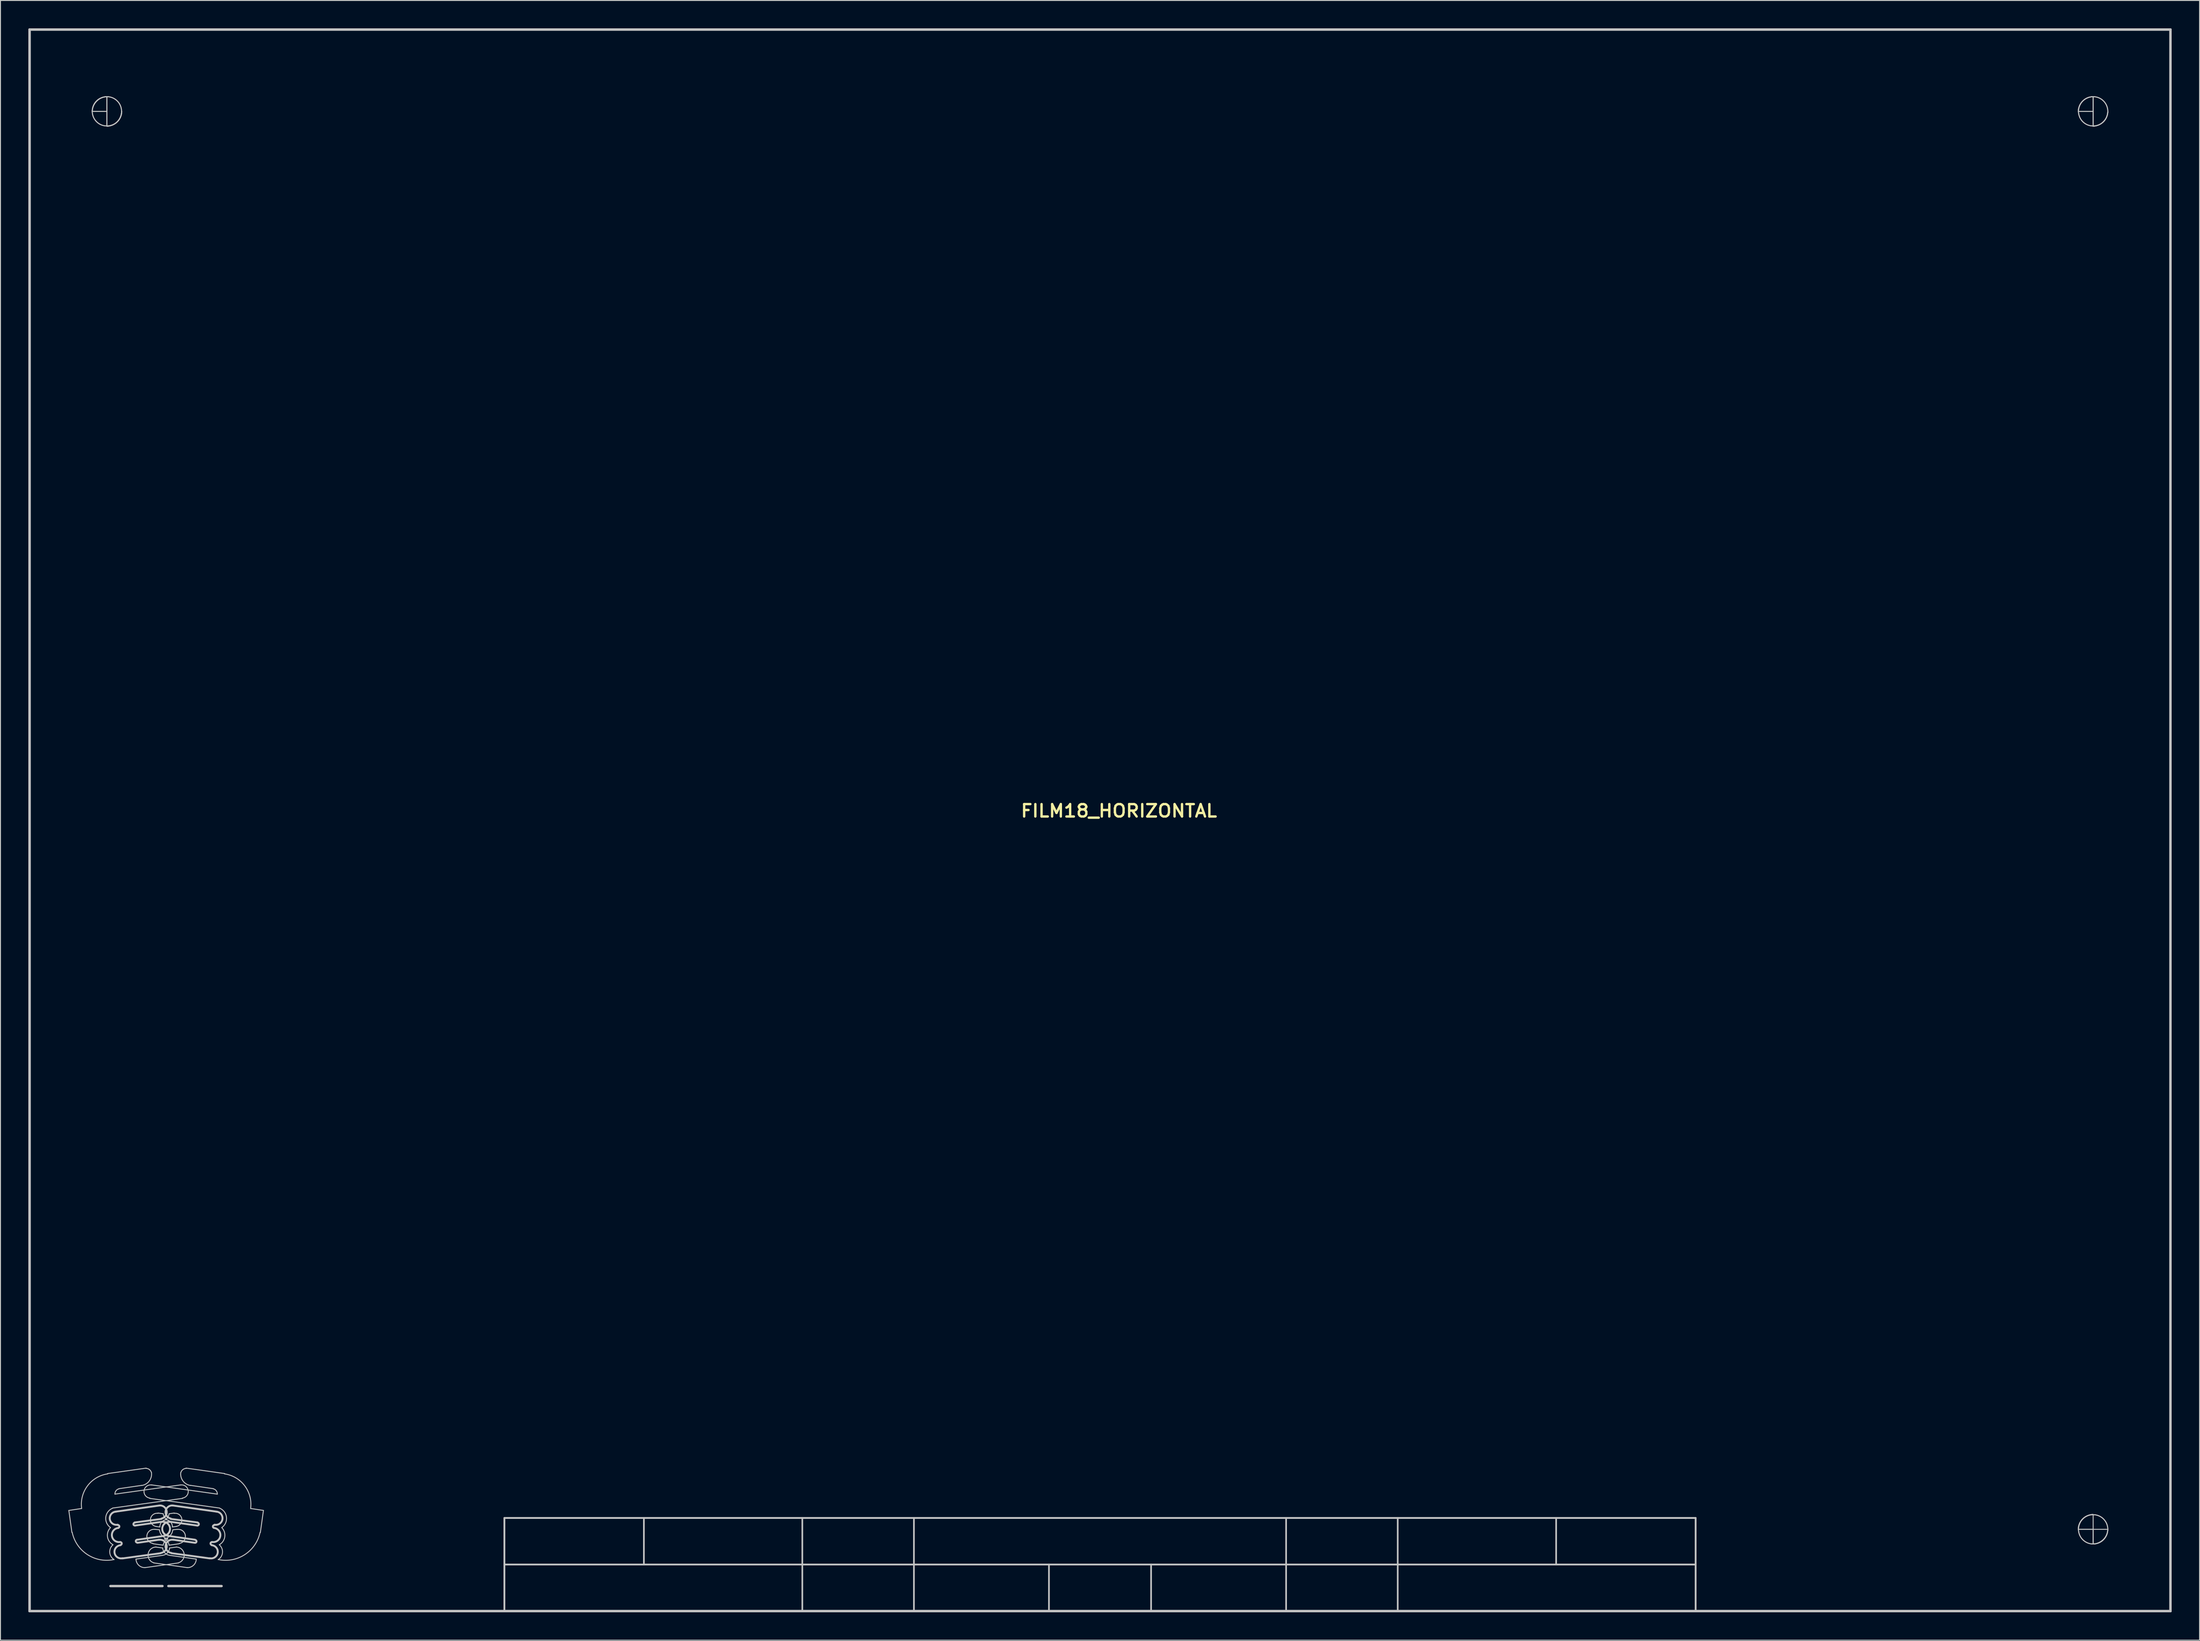
<source format=kicad_pcb>
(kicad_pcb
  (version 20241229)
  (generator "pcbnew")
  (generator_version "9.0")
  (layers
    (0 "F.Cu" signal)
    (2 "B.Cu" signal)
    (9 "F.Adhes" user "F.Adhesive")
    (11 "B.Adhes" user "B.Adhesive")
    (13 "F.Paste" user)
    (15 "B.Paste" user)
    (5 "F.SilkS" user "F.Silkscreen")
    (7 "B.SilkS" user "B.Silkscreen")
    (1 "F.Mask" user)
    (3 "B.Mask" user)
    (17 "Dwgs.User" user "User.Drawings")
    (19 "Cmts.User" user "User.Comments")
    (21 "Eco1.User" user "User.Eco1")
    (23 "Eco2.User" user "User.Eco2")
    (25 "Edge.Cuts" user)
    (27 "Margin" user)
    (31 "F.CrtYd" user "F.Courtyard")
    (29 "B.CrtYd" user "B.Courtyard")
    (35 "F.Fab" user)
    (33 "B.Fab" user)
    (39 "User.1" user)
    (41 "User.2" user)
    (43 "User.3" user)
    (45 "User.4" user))
  (footprint "FILM18_HORIZONTAL"
    (layer "F.Cu")
    (at 115.113 85.115)
    (property "Reference" "FILM18_HORIZONTAL" (at 2.032 -1.016 0) (unlocked yes) (layer "F.SilkS") (effects (font (size 1.333 1.402) (thickness 0.254))))
    (attr smd)
    (fp_line (start -114.986 -84.988) (end 114.986 -84.988) (stroke (width 0.254) (type solid)) (layer "Dwgs.User"))
    (fp_line (start -114.986 -84.988) (end 114.986 -84.988) (stroke (width 0.254) (type solid)) (layer "Dwgs.User"))
    (fp_line (start -114.986 84.988) (end -114.986 -84.988) (stroke (width 0.254) (type solid)) (layer "Dwgs.User"))
    (fp_line (start -114.986 84.988) (end -114.986 -84.988) (stroke (width 0.254) (type solid)) (layer "Dwgs.User"))
    (fp_line (start -114.986 84.988) (end 114.986 84.988) (stroke (width 0.254) (type solid)) (layer "Dwgs.User"))
    (fp_line (start -114.986 84.988) (end 114.986 84.988) (stroke (width 0.254) (type solid)) (layer "Dwgs.User"))
    (fp_line (start -110.769 74.168) (end -110.439 76.53) (stroke (width 0.1) (type solid)) (layer "Dwgs.User"))
    (fp_line (start -110.769 74.168) (end -109.423 73.965) (stroke (width 0.1) (type solid)) (layer "Dwgs.User"))
    (fp_line (start -108.255 -76.2) (end -106.68 -76.2) (stroke (width 0.1) (type solid)) (layer "Dwgs.User"))
    (fp_line (start -108.255 -76.2) (end -106.68 -76.2) (stroke (width 0.1) (type solid)) (layer "Dwgs.User"))
    (fp_line (start -106.68 -76.2) (end -106.68 -77.775) (stroke (width 0.1) (type solid)) (layer "Dwgs.User"))
    (fp_line (start -106.68 -76.2) (end -106.68 -77.775) (stroke (width 0.1) (type solid)) (layer "Dwgs.User"))
    (fp_line (start -106.68 -74.6) (end -106.68 -76.2) (stroke (width 0.1) (type solid)) (layer "Dwgs.User"))
    (fp_line (start -106.68 -74.6) (end -106.68 -76.2) (stroke (width 0.1) (type solid)) (layer "Dwgs.User"))
    (fp_line (start -106.604 70.206) (end -102.464 69.621) (stroke (width 0.1) (type solid)) (layer "Dwgs.User"))
    (fp_line (start -106.299 82.296) (end -100.711 82.296) (stroke (width 0.254) (type solid)) (layer "Dwgs.User"))
    (fp_line (start -106.07 73.914) (end -98.552 72.873) (stroke (width 0.1) (type solid)) (layer "Dwgs.User"))
    (fp_line (start -105.816 72.415) (end -98.755 71.425) (stroke (width 0.1) (type solid)) (layer "Dwgs.User"))
    (fp_line (start -105.715 74.295) (end -101.016 73.635) (stroke (width 0.203) (type solid)) (layer "Dwgs.User"))
    (fp_line (start -105.385 71.831) (end -102.946 71.476) (stroke (width 0.1) (type solid)) (layer "Dwgs.User"))
    (fp_line (start -105.004 79.324) (end -100.889 78.765) (stroke (width 0.203) (type solid)) (layer "Dwgs.User"))
    (fp_line (start -103.708 75.463) (end -100.813 75.082) (stroke (width 0.203) (type solid)) (layer "Dwgs.User"))
    (fp_line (start -103.657 75.794) (end -100.762 75.387) (stroke (width 0.203) (type solid)) (layer "Dwgs.User"))
    (fp_line (start -103.556 79.4) (end -100.686 78.994) (stroke (width 0.1) (type solid)) (layer "Dwgs.User"))
    (fp_line (start -103.429 77.318) (end -100.559 76.911) (stroke (width 0.203) (type solid)) (layer "Dwgs.User"))
    (fp_line (start -103.403 77.648) (end -101.092 77.318) (stroke (width 0.203) (type solid)) (layer "Dwgs.User"))
    (fp_line (start -102.591 80.315) (end -98.984 79.807) (stroke (width 0.1) (type solid)) (layer "Dwgs.User"))
    (fp_line (start -102.083 72.873) (end -94.564 73.914) (stroke (width 0.1) (type solid)) (layer "Dwgs.User"))
    (fp_line (start -101.879 71.425) (end -94.818 72.415) (stroke (width 0.1) (type solid)) (layer "Dwgs.User"))
    (fp_line (start -101.727 77.749) (end -100.635 77.902) (stroke (width 0.1) (type solid)) (layer "Dwgs.User"))
    (fp_line (start -101.651 79.807) (end -98.044 80.315) (stroke (width 0.1) (type solid)) (layer "Dwgs.User"))
    (fp_line (start -101.524 76.2) (end -101.041 76.251) (stroke (width 0.1) (type solid)) (layer "Dwgs.User"))
    (fp_line (start -101.422 78.105) (end -100.686 78.207) (stroke (width 0.1) (type solid)) (layer "Dwgs.User"))
    (fp_line (start -101.397 75.895) (end -100.99 75.946) (stroke (width 0.1) (type solid)) (layer "Dwgs.User"))
    (fp_line (start -101.194 74.447) (end -100.635 74.524) (stroke (width 0.1) (type solid)) (layer "Dwgs.User"))
    (fp_line (start -100.076 76.911) (end -97.206 77.318) (stroke (width 0.203) (type solid)) (layer "Dwgs.User"))
    (fp_line (start -100.076 82.296) (end -94.361 82.296) (stroke (width 0.254) (type solid)) (layer "Dwgs.User"))
    (fp_line (start -100 74.524) (end -99.441 74.447) (stroke (width 0.1) (type solid)) (layer "Dwgs.User"))
    (fp_line (start -100 77.902) (end -98.908 77.749) (stroke (width 0.1) (type solid)) (layer "Dwgs.User"))
    (fp_line (start -99.949 78.207) (end -99.212 78.105) (stroke (width 0.1) (type solid)) (layer "Dwgs.User"))
    (fp_line (start -99.949 78.994) (end -97.079 79.4) (stroke (width 0.1) (type solid)) (layer "Dwgs.User"))
    (fp_line (start -99.873 75.387) (end -96.977 75.794) (stroke (width 0.203) (type solid)) (layer "Dwgs.User"))
    (fp_line (start -99.822 75.082) (end -96.926 75.463) (stroke (width 0.203) (type solid)) (layer "Dwgs.User"))
    (fp_line (start -99.746 78.765) (end -95.631 79.324) (stroke (width 0.203) (type solid)) (layer "Dwgs.User"))
    (fp_line (start -99.644 75.946) (end -99.238 75.895) (stroke (width 0.1) (type solid)) (layer "Dwgs.User"))
    (fp_line (start -99.619 73.635) (end -94.92 74.295) (stroke (width 0.203) (type solid)) (layer "Dwgs.User"))
    (fp_line (start -99.593 76.251) (end -99.136 76.2) (stroke (width 0.1) (type solid)) (layer "Dwgs.User"))
    (fp_line (start -99.543 77.318) (end -97.231 77.648) (stroke (width 0.203) (type solid)) (layer "Dwgs.User"))
    (fp_line (start -98.171 69.621) (end -94.031 70.206) (stroke (width 0.1) (type solid)) (layer "Dwgs.User"))
    (fp_line (start -97.688 71.476) (end -95.25 71.831) (stroke (width 0.1) (type solid)) (layer "Dwgs.User"))
    (fp_line (start -91.211 73.965) (end -89.865 74.168) (stroke (width 0.1) (type solid)) (layer "Dwgs.User"))
    (fp_line (start -90.195 76.53) (end -89.865 74.168) (stroke (width 0.1) (type solid)) (layer "Dwgs.User"))
    (fp_line (start -63.983 74.981) (end 63.983 74.981) (stroke (width 0.178) (type solid)) (layer "Dwgs.User"))
    (fp_line (start -63.983 74.981) (end 63.983 74.981) (stroke (width 0.178) (type solid)) (layer "Dwgs.User"))
    (fp_line (start -63.983 79.985) (end 63.983 79.985) (stroke (width 0.178) (type solid)) (layer "Dwgs.User"))
    (fp_line (start -63.983 79.985) (end 63.983 79.985) (stroke (width 0.178) (type solid)) (layer "Dwgs.User"))
    (fp_line (start -63.983 84.988) (end -63.983 74.981) (stroke (width 0.178) (type solid)) (layer "Dwgs.User"))
    (fp_line (start -63.983 84.988) (end -63.983 74.981) (stroke (width 0.178) (type solid)) (layer "Dwgs.User"))
    (fp_line (start -63.983 84.988) (end 63.983 84.988) (stroke (width 0.178) (type solid)) (layer "Dwgs.User"))
    (fp_line (start -63.983 84.988) (end 63.983 84.988) (stroke (width 0.178) (type solid)) (layer "Dwgs.User"))
    (fp_line (start -48.997 79.985) (end -48.997 74.981) (stroke (width 0.178) (type solid)) (layer "Dwgs.User"))
    (fp_line (start -31.979 84.988) (end -31.979 74.981) (stroke (width 0.178) (type solid)) (layer "Dwgs.User"))
    (fp_line (start -19.99 84.988) (end -19.99 74.981) (stroke (width 0.178) (type solid)) (layer "Dwgs.User"))
    (fp_line (start -19.99 84.988) (end -19.482 84.988) (stroke (width 0.178) (type solid)) (layer "Dwgs.User"))
    (fp_line (start -5.486 84.988) (end -5.486 79.985) (stroke (width 0.178) (type solid)) (layer "Dwgs.User"))
    (fp_line (start 5.486 84.988) (end 5.486 79.985) (stroke (width 0.178) (type solid)) (layer "Dwgs.User"))
    (fp_line (start 19.482 84.988) (end 19.99 84.988) (stroke (width 0.178) (type solid)) (layer "Dwgs.User"))
    (fp_line (start 19.99 84.988) (end 19.99 74.981) (stroke (width 0.178) (type solid)) (layer "Dwgs.User"))
    (fp_line (start 31.979 84.988) (end 31.979 74.981) (stroke (width 0.178) (type solid)) (layer "Dwgs.User"))
    (fp_line (start 48.997 79.985) (end 48.997 74.981) (stroke (width 0.178) (type solid)) (layer "Dwgs.User"))
    (fp_line (start 63.983 84.988) (end 63.983 74.981) (stroke (width 0.178) (type solid)) (layer "Dwgs.User"))
    (fp_line (start 63.983 84.988) (end 63.983 74.981) (stroke (width 0.178) (type solid)) (layer "Dwgs.User"))
    (fp_line (start 105.08 -76.2) (end 106.68 -76.2) (stroke (width 0.1) (type solid)) (layer "Dwgs.User"))
    (fp_line (start 105.08 -76.2) (end 106.68 -76.2) (stroke (width 0.1) (type solid)) (layer "Dwgs.User"))
    (fp_line (start 105.08 76.2) (end 106.68 76.2) (stroke (width 0.1) (type solid)) (layer "Dwgs.User"))
    (fp_line (start 105.08 76.2) (end 106.68 76.2) (stroke (width 0.1) (type solid)) (layer "Dwgs.User"))
    (fp_line (start 106.68 -76.2) (end 106.68 -77.775) (stroke (width 0.1) (type solid)) (layer "Dwgs.User"))
    (fp_line (start 106.68 -76.2) (end 106.68 -77.775) (stroke (width 0.1) (type solid)) (layer "Dwgs.User"))
    (fp_line (start 106.68 -74.6) (end 106.68 -76.2) (stroke (width 0.1) (type solid)) (layer "Dwgs.User"))
    (fp_line (start 106.68 -74.6) (end 106.68 -76.2) (stroke (width 0.1) (type solid)) (layer "Dwgs.User"))
    (fp_line (start 106.68 76.2) (end 106.68 74.6) (stroke (width 0.1) (type solid)) (layer "Dwgs.User"))
    (fp_line (start 106.68 76.2) (end 108.255 76.2) (stroke (width 0.1) (type solid)) (layer "Dwgs.User"))
    (fp_line (start 106.68 77.775) (end 106.68 76.2) (stroke (width 0.1) (type solid)) (layer "Dwgs.User"))
    (fp_line (start 106.68 77.775) (end 106.68 76.2) (stroke (width 0.1) (type solid)) (layer "Dwgs.User"))
    (fp_line (start 114.986 84.988) (end 114.986 -84.988) (stroke (width 0.254) (type solid)) (layer "Dwgs.User"))
    (fp_line (start 114.986 84.988) (end 114.986 -84.988) (stroke (width 0.254) (type solid)) (layer "Dwgs.User"))
    (fp_arc (start -109.391065 73.96715) (mid -108.758295 71.520407) (end -106.58075 70.237735) (stroke (width 0.1) (type solid)) (layer "Dwgs.User"))
    (fp_arc (start -108.253998 -76.200262) (mid -107.777669 -77.299676) (end -106.677425 -77.774085) (stroke (width 0.1) (type solid)) (layer "Dwgs.User"))
    (fp_arc (start -108.253998 -76.200262) (mid -107.777669 -77.299676) (end -106.677425 -77.774085) (stroke (width 0.1) (type solid)) (layer "Dwgs.User"))
    (fp_arc (start -106.303046 76.005905) (mid -106.799676 74.899564) (end -106.071972 73.929472) (stroke (width 0.1) (type solid)) (layer "Dwgs.User"))
    (fp_arc (start -106.032594 77.853926) (mid -106.617829 76.99761) (end -106.291298 76.013154) (stroke (width 0.1) (type solid)) (layer "Dwgs.User"))
    (fp_arc (start -105.925 79.446065) (mid -108.772178 78.91323) (end -110.408665 76.5232) (stroke (width 0.1) (type solid)) (layer "Dwgs.User"))
    (fp_arc (start -105.906602 79.454904) (mid -106.372412 78.687274) (end -106.026628 77.85862) (stroke (width 0.1) (type solid)) (layer "Dwgs.User"))
    (fp_arc (start -105.815582 72.420219) (mid -105.703584 72.053316) (end -105.381401 71.845087) (stroke (width 0.1) (type solid)) (layer "Dwgs.User"))
    (fp_arc (start -105.516133 75.701859) (mid -106.368279 75.10518) (end -105.713611 74.296732) (stroke (width 0.2032) (type solid)) (layer "Dwgs.User"))
    (fp_arc (start -105.50741 75.744283) (mid -105.335283 75.87399) (end -105.46499 76.046117) (stroke (width 0.2032) (type solid)) (layer "Dwgs.User"))
    (fp_arc (start -105.25341 77.573083) (mid -105.081283 77.70279) (end -105.21099 77.874917) (stroke (width 0.2032) (type solid)) (layer "Dwgs.User"))
    (fp_arc (start -105.25097 77.559791) (mid -106.139276 76.914992) (end -105.461605 76.051501) (stroke (width 0.2032) (type solid)) (layer "Dwgs.User"))
    (fp_arc (start -105.080602 -76.174338) (mid -105.556931 -75.074924) (end -106.657175 -74.600515) (stroke (width 0.1) (type solid)) (layer "Dwgs.User"))
    (fp_arc (start -105.080602 -76.174338) (mid -105.556931 -75.074924) (end -106.657175 -74.600515) (stroke (width 0.1) (type solid)) (layer "Dwgs.User"))
    (fp_arc (start -105.011778 79.309423) (mid -105.860278 78.71198) (end -105.209325 77.903802) (stroke (width 0.2032) (type solid)) (layer "Dwgs.User"))
    (fp_arc (start -103.663172 75.79233) (mid -103.833716 75.66241) (end -103.705589 75.490514) (stroke (width 0.2032) (type solid)) (layer "Dwgs.User"))
    (fp_arc (start -103.409172 77.62113) (mid -103.579716 77.49121) (end -103.451589 77.319314) (stroke (width 0.2032) (type solid)) (layer "Dwgs.User"))
    (fp_arc (start -102.591399 80.314478) (mid -103.261725 80.057835) (end -103.555386 79.40288) (stroke (width 0.1) (type solid)) (layer "Dwgs.User"))
    (fp_arc (start -102.47517 69.646957) (mid -102.122134 69.769552) (end -101.906978 70.07512) (stroke (width 0.1) (type solid)) (layer "Dwgs.User"))
    (fp_arc (start -102.066441 72.842049) (mid -102.685279 72.03702) (end -101.868518 71.433751) (stroke (width 0.1) (type solid)) (layer "Dwgs.User"))
    (fp_arc (start -101.890623 70.089641) (mid -102.130673 71.006286) (end -102.946484 71.488275) (stroke (width 0.1) (type solid)) (layer "Dwgs.User"))
    (fp_arc (start -101.724861 77.717481) (mid -102.379984 76.85595) (end -101.512769 76.20837) (stroke (width 0.1) (type solid)) (layer "Dwgs.User"))
    (fp_arc (start -101.639184 79.797488) (mid -102.251996 78.84841) (end -101.401322 78.105012) (stroke (width 0.1) (type solid)) (layer "Dwgs.User"))
    (fp_arc (start -101.391721 75.88862) (mid -101.999392 75.084406) (end -101.192534 74.480249) (stroke (width 0.1) (type solid)) (layer "Dwgs.User"))
    (fp_arc (start -101.077482 77.326551) (mid -100.260721 77.92982) (end -100.879559 78.734849) (stroke (width 0.2032) (type solid)) (layer "Dwgs.User"))
    (fp_arc (start -101.0208 73.636792) (mid -100.260808 74.246205) (end -100.821993 75.042474) (stroke (width 0.2032) (type solid)) (layer "Dwgs.User"))
    (fp_arc (start -100.989786 75.95118) (mid -100.785237 75.400431) (end -100.249676 75.158897) (stroke (width 0.1) (type solid)) (layer "Dwgs.User"))
    (fp_arc (start -100.778089 75.396375) (mid -99.905709 76.042492) (end -100.564696 76.905191) (stroke (width 0.2032) (type solid)) (layer "Dwgs.User"))
    (fp_arc (start -100.631433 77.905267) (mid -100.477483 77.505779) (end -100.137261 77.245894) (stroke (width 0.1) (type solid)) (layer "Dwgs.User"))
    (fp_arc (start -100.497339 77.245893) (mid -100.157116 77.505778) (end -100.003166 77.905267) (stroke (width 0.1) (type solid)) (layer "Dwgs.User"))
    (fp_arc (start -100.384924 75.158897) (mid -99.849362 75.400431) (end -99.644814 75.95118) (stroke (width 0.1) (type solid)) (layer "Dwgs.User"))
    (fp_arc (start -100.251514 75.137444) (mid -100.509785 74.880522) (end -100.629891 74.536592) (stroke (width 0.1) (type solid)) (layer "Dwgs.User"))
    (fp_arc (start -100.134933 77.221237) (mid -100.738295 76.88885) (end -101.032141 76.265807) (stroke (width 0.1) (type solid)) (layer "Dwgs.User"))
    (fp_arc (start -100.068584 76.905357) (mid -100.729077 76.043809) (end -99.857825 75.39617) (stroke (width 0.2032) (type solid)) (layer "Dwgs.User"))
    (fp_arc (start -100.004708 74.536592) (mid -100.124814 74.880522) (end -100.383085 75.137444) (stroke (width 0.1) (type solid)) (layer "Dwgs.User"))
    (fp_arc (start -99.958257 78.986637) (mid -100.461417 78.726381) (end -100.684125 78.205511) (stroke (width 0.1) (type solid)) (layer "Dwgs.User"))
    (fp_arc (start -99.950475 78.205511) (mid -100.173182 78.726381) (end -100.676343 78.986637) (stroke (width 0.1) (type solid)) (layer "Dwgs.User"))
    (fp_arc (start -99.812607 75.042474) (mid -100.373879 74.24682) (end -99.615037 73.636696) (stroke (width 0.2032) (type solid)) (layer "Dwgs.User"))
    (fp_arc (start -99.755041 78.734849) (mid -100.373879 77.92982) (end -99.557118 77.326551) (stroke (width 0.2032) (type solid)) (layer "Dwgs.User"))
    (fp_arc (start -99.602459 76.265807) (mid -99.896305 76.88885) (end -100.499667 77.221237) (stroke (width 0.1) (type solid)) (layer "Dwgs.User"))
    (fp_arc (start -99.440838 74.480071) (mid -98.635035 75.085635) (end -99.244109 75.888787) (stroke (width 0.1) (type solid)) (layer "Dwgs.User"))
    (fp_arc (start -99.233278 78.105012) (mid -98.382605 78.84841) (end -98.995416 79.797488) (stroke (width 0.1) (type solid)) (layer "Dwgs.User"))
    (fp_arc (start -99.121831 76.20837) (mid -98.254616 76.85595) (end -98.909739 77.717481) (stroke (width 0.1) (type solid)) (layer "Dwgs.User"))
    (fp_arc (start -98.764856 71.433556) (mid -97.949235 72.037635) (end -98.568159 72.842049) (stroke (width 0.1) (type solid)) (layer "Dwgs.User"))
    (fp_arc (start -98.727622 70.07512) (mid -98.512466 69.769552) (end -98.15943 69.646957) (stroke (width 0.1) (type solid)) (layer "Dwgs.User"))
    (fp_arc (start -97.690266 71.487964) (mid -98.505235 71.004551) (end -98.743685 70.087488) (stroke (width 0.1) (type solid)) (layer "Dwgs.User"))
    (fp_arc (start -97.186172 77.34427) (mid -97.054884 77.51661) (end -97.228589 77.646086) (stroke (width 0.2032) (type solid)) (layer "Dwgs.User"))
    (fp_arc (start -97.079263 79.40452) (mid -97.374068 80.058962) (end -98.044841 80.314434) (stroke (width 0.1) (type solid)) (layer "Dwgs.User"))
    (fp_arc (start -96.932172 75.49007) (mid -96.800884 75.66241) (end -96.974589 75.791886) (stroke (width 0.2032) (type solid)) (layer "Dwgs.User"))
    (fp_arc (start -95.425275 77.903802) (mid -94.774321 78.71198) (end -95.622822 79.309423) (stroke (width 0.2032) (type solid)) (layer "Dwgs.User"))
    (fp_arc (start -95.42361 77.874917) (mid -95.553317 77.70279) (end -95.38119 77.573083) (stroke (width 0.2032) (type solid)) (layer "Dwgs.User"))
    (fp_arc (start -95.252248 71.845303) (mid -94.930429 72.054095) (end -94.819071 72.421193) (stroke (width 0.1) (type solid)) (layer "Dwgs.User"))
    (fp_arc (start -95.171672 76.051636) (mid -94.495508 76.916309) (end -95.384939 77.559557) (stroke (width 0.2032) (type solid)) (layer "Dwgs.User"))
    (fp_arc (start -95.16961 76.046117) (mid -95.299317 75.87399) (end -95.12719 75.744283) (stroke (width 0.2032) (type solid)) (layer "Dwgs.User"))
    (fp_arc (start -94.920989 74.296732) (mid -94.266321 75.10518) (end -95.118467 75.701859) (stroke (width 0.2032) (type solid)) (layer "Dwgs.User"))
    (fp_arc (start -94.607972 77.85862) (mid -94.262188 78.687274) (end -94.727998 79.454904) (stroke (width 0.1) (type solid)) (layer "Dwgs.User"))
    (fp_arc (start -94.562628 73.929472) (mid -93.834924 74.899564) (end -94.331554 76.005905) (stroke (width 0.1) (type solid)) (layer "Dwgs.User"))
    (fp_arc (start -94.343302 76.013154) (mid -94.016771 76.99761) (end -94.602006 77.853926) (stroke (width 0.1) (type solid)) (layer "Dwgs.User"))
    (fp_arc (start -94.05385 70.237735) (mid -91.876305 71.520407) (end -91.243535 73.96715) (stroke (width 0.1) (type solid)) (layer "Dwgs.User"))
    (fp_arc (start -90.225935 76.5232) (mid -91.862422 78.91323) (end -94.7096 79.446065) (stroke (width 0.1) (type solid)) (layer "Dwgs.User"))
    (fp_arc (start 105.080602 -76.200262) (mid 105.556931 -77.299676) (end 106.657175 -77.774085) (stroke (width 0.1) (type solid)) (layer "Dwgs.User"))
    (fp_arc (start 105.080602 -76.200262) (mid 105.556931 -77.299676) (end 106.657175 -77.774085) (stroke (width 0.1) (type solid)) (layer "Dwgs.User"))
    (fp_arc (start 105.080602 76.174338) (mid 105.556931 75.074924) (end 106.657175 74.600515) (stroke (width 0.1) (type solid)) (layer "Dwgs.User"))
    (fp_arc (start 105.080602 76.174338) (mid 105.556931 75.074924) (end 106.657175 74.600515) (stroke (width 0.1) (type solid)) (layer "Dwgs.User"))
    (fp_arc (start 108.253998 -76.174338) (mid 107.777669 -75.074924) (end 106.677425 -74.600515) (stroke (width 0.1) (type solid)) (layer "Dwgs.User"))
    (fp_arc (start 108.253998 -76.174338) (mid 107.777669 -75.074924) (end 106.677425 -74.600515) (stroke (width 0.1) (type solid)) (layer "Dwgs.User"))
    (fp_arc (start 108.253998 76.200262) (mid 107.777669 77.299676) (end 106.677425 77.774085) (stroke (width 0.1) (type solid)) (layer "Dwgs.User"))
    (fp_arc (start 108.253998 76.200262) (mid 107.777669 77.299676) (end 106.677425 77.774085) (stroke (width 0.1) (type solid)) (layer "Dwgs.User"))
    (fp_circle (center -106.68 -76.2) (end -105.105 -76.2) (stroke (width 0.102) (type solid)) (fill no) (layer "Dwgs.User"))
    (fp_circle (center -106.68 -76.2) (end -105.105 -76.2) (stroke (width 0.102) (type solid)) (fill no) (layer "Dwgs.User"))
    (fp_circle (center 106.68 -76.2) (end 108.255 -76.2) (stroke (width 0.102) (type solid)) (fill no) (layer "Dwgs.User"))
    (fp_circle (center 106.68 -76.2) (end 108.255 -76.2) (stroke (width 0.102) (type solid)) (fill no) (layer "Dwgs.User"))
    (fp_circle (center 106.68 76.2) (end 108.255 76.2) (stroke (width 0.102) (type solid)) (fill no) (layer "Dwgs.User"))
    (fp_circle (center 106.68 76.2) (end 108.255 76.2) (stroke (width 0.102) (type solid)) (fill no) (layer "Dwgs.User")))
  (gr_rect
    (start -3 -3)
    (end 233.226 173.231)
    (stroke (width 0.1) (type default))
    (fill no)
    (layer "Edge.Cuts")))
</source>
